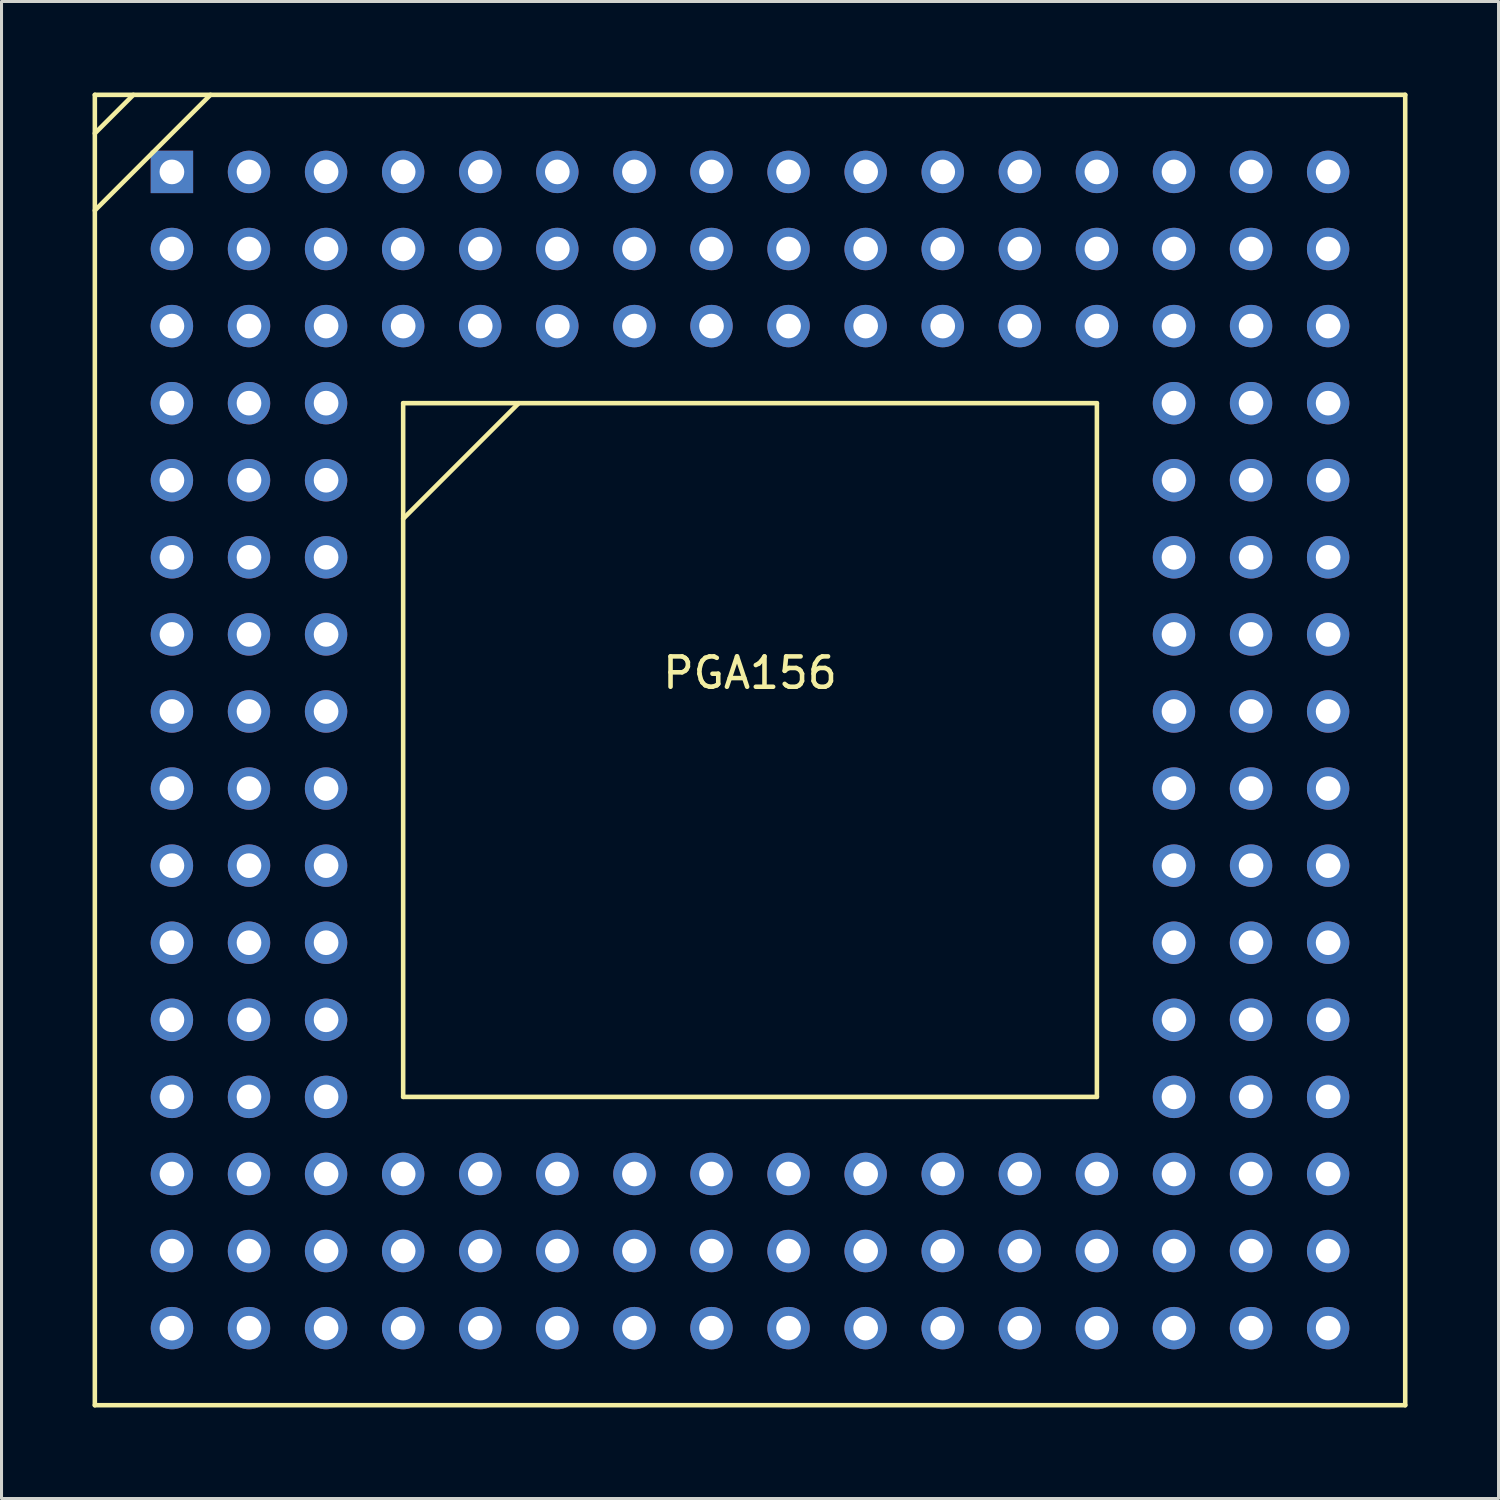
<source format=kicad_pcb>
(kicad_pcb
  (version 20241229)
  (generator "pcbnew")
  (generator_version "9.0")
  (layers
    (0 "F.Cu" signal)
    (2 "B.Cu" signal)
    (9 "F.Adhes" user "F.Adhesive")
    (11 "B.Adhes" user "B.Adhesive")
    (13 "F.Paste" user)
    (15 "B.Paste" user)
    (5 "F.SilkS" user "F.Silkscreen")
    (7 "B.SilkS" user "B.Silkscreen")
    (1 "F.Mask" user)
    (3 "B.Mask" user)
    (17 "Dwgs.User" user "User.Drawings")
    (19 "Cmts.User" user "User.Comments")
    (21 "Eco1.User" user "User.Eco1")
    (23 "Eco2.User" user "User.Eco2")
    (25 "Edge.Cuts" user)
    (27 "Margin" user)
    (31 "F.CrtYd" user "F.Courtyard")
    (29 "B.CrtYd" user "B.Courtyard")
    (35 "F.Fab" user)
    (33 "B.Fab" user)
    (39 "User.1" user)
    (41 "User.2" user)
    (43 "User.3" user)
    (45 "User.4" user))
  (footprint "PGA156"
    (layer "F.Cu")
    (at 21.665 21.665)
    (property "Reference" "PGA156" (at 0 -2.54 0) (layer "F.SilkS") (effects (font (size 1 1) (thickness 0.15))))
    (attr through_hole)
    (fp_line (start -21.59 -21.59) (end 21.59 -21.59) (stroke (width 0.15) (type solid)) (layer "F.SilkS"))
    (fp_line (start -21.59 -20.32) (end -20.32 -21.59) (stroke (width 0.15) (type solid)) (layer "F.SilkS"))
    (fp_line (start -21.59 -17.78) (end -17.78 -21.59) (stroke (width 0.15) (type solid)) (layer "F.SilkS"))
    (fp_line (start -21.59 21.59) (end -21.59 -21.59) (stroke (width 0.15) (type solid)) (layer "F.SilkS"))
    (fp_line (start -11.43 -11.43) (end 11.43 -11.43) (stroke (width 0.15) (type solid)) (layer "F.SilkS"))
    (fp_line (start -11.43 -7.62) (end -7.62 -11.43) (stroke (width 0.15) (type solid)) (layer "F.SilkS"))
    (fp_line (start -11.43 11.43) (end -11.43 -11.43) (stroke (width 0.15) (type solid)) (layer "F.SilkS"))
    (fp_line (start 11.43 -11.43) (end 11.43 11.43) (stroke (width 0.15) (type solid)) (layer "F.SilkS"))
    (fp_line (start 11.43 11.43) (end -11.43 11.43) (stroke (width 0.15) (type solid)) (layer "F.SilkS"))
    (fp_line (start 21.59 -21.59) (end 21.59 21.59) (stroke (width 0.15) (type solid)) (layer "F.SilkS"))
    (fp_line (start 21.59 21.59) (end -21.59 21.59) (stroke (width 0.15) (type solid)) (layer "F.SilkS"))
    (pad "A1" thru_hole rect (at -19.05 -19.05) (size 1.397 1.397) (drill 0.813) (layers "*.Cu" "*.Mask"))
    (pad "A2" thru_hole circle (at -16.51 -19.05) (size 1.397 1.397) (drill 0.813) (layers "*.Cu" "*.Mask"))
    (pad "A3" thru_hole circle (at -13.97 -19.05) (size 1.397 1.397) (drill 0.813) (layers "*.Cu" "*.Mask"))
    (pad "A4" thru_hole circle (at -11.43 -19.05) (size 1.397 1.397) (drill 0.813) (layers "*.Cu" "*.Mask"))
    (pad "A5" thru_hole circle (at -8.89 -19.05) (size 1.397 1.397) (drill 0.813) (layers "*.Cu" "*.Mask"))
    (pad "A6" thru_hole circle (at -6.35 -19.05) (size 1.397 1.397) (drill 0.813) (layers "*.Cu" "*.Mask"))
    (pad "A7" thru_hole circle (at -3.81 -19.05) (size 1.397 1.397) (drill 0.813) (layers "*.Cu" "*.Mask"))
    (pad "A8" thru_hole circle (at -1.27 -19.05) (size 1.397 1.397) (drill 0.813) (layers "*.Cu" "*.Mask"))
    (pad "A9" thru_hole circle (at 1.27 -19.05) (size 1.397 1.397) (drill 0.813) (layers "*.Cu" "*.Mask"))
    (pad "A10" thru_hole circle (at 3.81 -19.05) (size 1.397 1.397) (drill 0.813) (layers "*.Cu" "*.Mask"))
    (pad "A11" thru_hole circle (at 6.35 -19.05) (size 1.397 1.397) (drill 0.813) (layers "*.Cu" "*.Mask"))
    (pad "A12" thru_hole circle (at 8.89 -19.05) (size 1.397 1.397) (drill 0.813) (layers "*.Cu" "*.Mask"))
    (pad "A13" thru_hole circle (at 11.43 -19.05) (size 1.397 1.397) (drill 0.813) (layers "*.Cu" "*.Mask"))
    (pad "A14" thru_hole circle (at 13.97 -19.05) (size 1.397 1.397) (drill 0.813) (layers "*.Cu" "*.Mask"))
    (pad "A15" thru_hole circle (at 16.51 -19.05) (size 1.397 1.397) (drill 0.813) (layers "*.Cu" "*.Mask"))
    (pad "A16" thru_hole circle (at 19.05 -19.05) (size 1.397 1.397) (drill 0.813) (layers "*.Cu" "*.Mask"))
    (pad "B1" thru_hole circle (at -19.05 -16.51) (size 1.397 1.397) (drill 0.813) (layers "*.Cu" "*.Mask"))
    (pad "B2" thru_hole circle (at -16.51 -16.51) (size 1.397 1.397) (drill 0.813) (layers "*.Cu" "*.Mask"))
    (pad "B3" thru_hole circle (at -13.97 -16.51) (size 1.397 1.397) (drill 0.813) (layers "*.Cu" "*.Mask"))
    (pad "B4" thru_hole circle (at -11.43 -16.51) (size 1.397 1.397) (drill 0.813) (layers "*.Cu" "*.Mask"))
    (pad "B5" thru_hole circle (at -8.89 -16.51) (size 1.397 1.397) (drill 0.813) (layers "*.Cu" "*.Mask"))
    (pad "B6" thru_hole circle (at -6.35 -16.51) (size 1.397 1.397) (drill 0.813) (layers "*.Cu" "*.Mask"))
    (pad "B7" thru_hole circle (at -3.81 -16.51) (size 1.397 1.397) (drill 0.813) (layers "*.Cu" "*.Mask"))
    (pad "B8" thru_hole circle (at -1.27 -16.51) (size 1.397 1.397) (drill 0.813) (layers "*.Cu" "*.Mask"))
    (pad "B9" thru_hole circle (at 1.27 -16.51) (size 1.397 1.397) (drill 0.813) (layers "*.Cu" "*.Mask"))
    (pad "B10" thru_hole circle (at 3.81 -16.51) (size 1.397 1.397) (drill 0.813) (layers "*.Cu" "*.Mask"))
    (pad "B11" thru_hole circle (at 6.35 -16.51) (size 1.397 1.397) (drill 0.813) (layers "*.Cu" "*.Mask"))
    (pad "B12" thru_hole circle (at 8.89 -16.51) (size 1.397 1.397) (drill 0.813) (layers "*.Cu" "*.Mask"))
    (pad "B13" thru_hole circle (at 11.43 -16.51) (size 1.397 1.397) (drill 0.813) (layers "*.Cu" "*.Mask"))
    (pad "B14" thru_hole circle (at 13.97 -16.51) (size 1.397 1.397) (drill 0.813) (layers "*.Cu" "*.Mask"))
    (pad "B15" thru_hole circle (at 16.51 -16.51) (size 1.397 1.397) (drill 0.813) (layers "*.Cu" "*.Mask"))
    (pad "B16" thru_hole circle (at 19.05 -16.51) (size 1.397 1.397) (drill 0.813) (layers "*.Cu" "*.Mask"))
    (pad "C1" thru_hole circle (at -19.05 -13.97) (size 1.397 1.397) (drill 0.813) (layers "*.Cu" "*.Mask"))
    (pad "C2" thru_hole circle (at -16.51 -13.97) (size 1.397 1.397) (drill 0.813) (layers "*.Cu" "*.Mask"))
    (pad "C3" thru_hole circle (at -13.97 -13.97) (size 1.397 1.397) (drill 0.813) (layers "*.Cu" "*.Mask"))
    (pad "C4" thru_hole circle (at -11.43 -13.97) (size 1.397 1.397) (drill 0.813) (layers "*.Cu" "*.Mask"))
    (pad "C5" thru_hole circle (at -8.89 -13.97) (size 1.397 1.397) (drill 0.813) (layers "*.Cu" "*.Mask"))
    (pad "C6" thru_hole circle (at -6.35 -13.97) (size 1.397 1.397) (drill 0.813) (layers "*.Cu" "*.Mask"))
    (pad "C7" thru_hole circle (at -3.81 -13.97) (size 1.397 1.397) (drill 0.813) (layers "*.Cu" "*.Mask"))
    (pad "C8" thru_hole circle (at -1.27 -13.97) (size 1.397 1.397) (drill 0.813) (layers "*.Cu" "*.Mask"))
    (pad "C9" thru_hole circle (at 1.27 -13.97) (size 1.397 1.397) (drill 0.813) (layers "*.Cu" "*.Mask"))
    (pad "C10" thru_hole circle (at 3.81 -13.97) (size 1.397 1.397) (drill 0.813) (layers "*.Cu" "*.Mask"))
    (pad "C11" thru_hole circle (at 6.35 -13.97) (size 1.397 1.397) (drill 0.813) (layers "*.Cu" "*.Mask"))
    (pad "C12" thru_hole circle (at 8.89 -13.97) (size 1.397 1.397) (drill 0.813) (layers "*.Cu" "*.Mask"))
    (pad "C13" thru_hole circle (at 11.43 -13.97) (size 1.397 1.397) (drill 0.813) (layers "*.Cu" "*.Mask"))
    (pad "C14" thru_hole circle (at 13.97 -13.97) (size 1.397 1.397) (drill 0.813) (layers "*.Cu" "*.Mask"))
    (pad "C15" thru_hole circle (at 16.51 -13.97) (size 1.397 1.397) (drill 0.813) (layers "*.Cu" "*.Mask"))
    (pad "C16" thru_hole circle (at 19.05 -13.97) (size 1.397 1.397) (drill 0.813) (layers "*.Cu" "*.Mask"))
    (pad "D1" thru_hole circle (at -19.05 -11.43) (size 1.397 1.397) (drill 0.813) (layers "*.Cu" "*.Mask"))
    (pad "D2" thru_hole circle (at -16.51 -11.43) (size 1.397 1.397) (drill 0.813) (layers "*.Cu" "*.Mask"))
    (pad "D3" thru_hole circle (at -13.97 -11.43) (size 1.397 1.397) (drill 0.813) (layers "*.Cu" "*.Mask"))
    (pad "D14" thru_hole circle (at 13.97 -11.43) (size 1.397 1.397) (drill 0.813) (layers "*.Cu" "*.Mask"))
    (pad "D15" thru_hole circle (at 16.51 -11.43) (size 1.397 1.397) (drill 0.813) (layers "*.Cu" "*.Mask"))
    (pad "D16" thru_hole circle (at 19.05 -11.43) (size 1.397 1.397) (drill 0.813) (layers "*.Cu" "*.Mask"))
    (pad "E1" thru_hole circle (at -19.05 -8.89) (size 1.397 1.397) (drill 0.813) (layers "*.Cu" "*.Mask"))
    (pad "E2" thru_hole circle (at -16.51 -8.89) (size 1.397 1.397) (drill 0.813) (layers "*.Cu" "*.Mask"))
    (pad "E3" thru_hole circle (at -13.97 -8.89) (size 1.397 1.397) (drill 0.813) (layers "*.Cu" "*.Mask"))
    (pad "E14" thru_hole circle (at 13.97 -8.89) (size 1.397 1.397) (drill 0.813) (layers "*.Cu" "*.Mask"))
    (pad "E15" thru_hole circle (at 16.51 -8.89) (size 1.397 1.397) (drill 0.813) (layers "*.Cu" "*.Mask"))
    (pad "E16" thru_hole circle (at 19.05 -8.89) (size 1.397 1.397) (drill 0.813) (layers "*.Cu" "*.Mask"))
    (pad "F1" thru_hole circle (at -19.05 -6.35) (size 1.397 1.397) (drill 0.813) (layers "*.Cu" "*.Mask"))
    (pad "F2" thru_hole circle (at -16.51 -6.35) (size 1.397 1.397) (drill 0.813) (layers "*.Cu" "*.Mask"))
    (pad "F3" thru_hole circle (at -13.97 -6.35) (size 1.397 1.397) (drill 0.813) (layers "*.Cu" "*.Mask"))
    (pad "F14" thru_hole circle (at 13.97 -6.35) (size 1.397 1.397) (drill 0.813) (layers "*.Cu" "*.Mask"))
    (pad "F15" thru_hole circle (at 16.51 -6.35) (size 1.397 1.397) (drill 0.813) (layers "*.Cu" "*.Mask"))
    (pad "F16" thru_hole circle (at 19.05 -6.35) (size 1.397 1.397) (drill 0.813) (layers "*.Cu" "*.Mask"))
    (pad "G1" thru_hole circle (at -19.05 -3.81) (size 1.397 1.397) (drill 0.813) (layers "*.Cu" "*.Mask"))
    (pad "G2" thru_hole circle (at -16.51 -3.81) (size 1.397 1.397) (drill 0.813) (layers "*.Cu" "*.Mask"))
    (pad "G3" thru_hole circle (at -13.97 -3.81) (size 1.397 1.397) (drill 0.813) (layers "*.Cu" "*.Mask"))
    (pad "G14" thru_hole circle (at 13.97 -3.81) (size 1.397 1.397) (drill 0.813) (layers "*.Cu" "*.Mask"))
    (pad "G15" thru_hole circle (at 16.51 -3.81) (size 1.397 1.397) (drill 0.813) (layers "*.Cu" "*.Mask"))
    (pad "G16" thru_hole circle (at 19.05 -3.81) (size 1.397 1.397) (drill 0.813) (layers "*.Cu" "*.Mask"))
    (pad "H1" thru_hole circle (at -19.05 -1.27) (size 1.397 1.397) (drill 0.813) (layers "*.Cu" "*.Mask"))
    (pad "H2" thru_hole circle (at -16.51 -1.27) (size 1.397 1.397) (drill 0.813) (layers "*.Cu" "*.Mask"))
    (pad "H3" thru_hole circle (at -13.97 -1.27) (size 1.397 1.397) (drill 0.813) (layers "*.Cu" "*.Mask"))
    (pad "H14" thru_hole circle (at 13.97 -1.27) (size 1.397 1.397) (drill 0.813) (layers "*.Cu" "*.Mask"))
    (pad "H15" thru_hole circle (at 16.51 -1.27) (size 1.397 1.397) (drill 0.813) (layers "*.Cu" "*.Mask"))
    (pad "H16" thru_hole circle (at 19.05 -1.27) (size 1.397 1.397) (drill 0.813) (layers "*.Cu" "*.Mask"))
    (pad "J1" thru_hole circle (at -19.05 1.27) (size 1.397 1.397) (drill 0.813) (layers "*.Cu" "*.Mask"))
    (pad "J2" thru_hole circle (at -16.51 1.27) (size 1.397 1.397) (drill 0.813) (layers "*.Cu" "*.Mask"))
    (pad "J3" thru_hole circle (at -13.97 1.27) (size 1.397 1.397) (drill 0.813) (layers "*.Cu" "*.Mask"))
    (pad "J14" thru_hole circle (at 13.97 1.27) (size 1.397 1.397) (drill 0.813) (layers "*.Cu" "*.Mask"))
    (pad "J15" thru_hole circle (at 16.51 1.27) (size 1.397 1.397) (drill 0.813) (layers "*.Cu" "*.Mask"))
    (pad "J16" thru_hole circle (at 19.05 1.27) (size 1.397 1.397) (drill 0.813) (layers "*.Cu" "*.Mask"))
    (pad "K1" thru_hole circle (at -19.05 3.81) (size 1.397 1.397) (drill 0.813) (layers "*.Cu" "*.Mask"))
    (pad "K2" thru_hole circle (at -16.51 3.81) (size 1.397 1.397) (drill 0.813) (layers "*.Cu" "*.Mask"))
    (pad "K3" thru_hole circle (at -13.97 3.81) (size 1.397 1.397) (drill 0.813) (layers "*.Cu" "*.Mask"))
    (pad "K14" thru_hole circle (at 13.97 3.81) (size 1.397 1.397) (drill 0.813) (layers "*.Cu" "*.Mask"))
    (pad "K15" thru_hole circle (at 16.51 3.81) (size 1.397 1.397) (drill 0.813) (layers "*.Cu" "*.Mask"))
    (pad "K16" thru_hole circle (at 19.05 3.81) (size 1.397 1.397) (drill 0.813) (layers "*.Cu" "*.Mask"))
    (pad "L1" thru_hole circle (at -19.05 6.35) (size 1.397 1.397) (drill 0.813) (layers "*.Cu" "*.Mask"))
    (pad "L2" thru_hole circle (at -16.51 6.35) (size 1.397 1.397) (drill 0.813) (layers "*.Cu" "*.Mask"))
    (pad "L3" thru_hole circle (at -13.97 6.35) (size 1.397 1.397) (drill 0.813) (layers "*.Cu" "*.Mask"))
    (pad "L14" thru_hole circle (at 13.97 6.35) (size 1.397 1.397) (drill 0.813) (layers "*.Cu" "*.Mask"))
    (pad "L15" thru_hole circle (at 16.51 6.35) (size 1.397 1.397) (drill 0.813) (layers "*.Cu" "*.Mask"))
    (pad "L16" thru_hole circle (at 19.05 6.35) (size 1.397 1.397) (drill 0.813) (layers "*.Cu" "*.Mask"))
    (pad "M1" thru_hole circle (at -19.05 8.89) (size 1.397 1.397) (drill 0.813) (layers "*.Cu" "*.Mask"))
    (pad "M2" thru_hole circle (at -16.51 8.89) (size 1.397 1.397) (drill 0.813) (layers "*.Cu" "*.Mask"))
    (pad "M3" thru_hole circle (at -13.97 8.89) (size 1.397 1.397) (drill 0.813) (layers "*.Cu" "*.Mask"))
    (pad "M14" thru_hole circle (at 13.97 8.89) (size 1.397 1.397) (drill 0.813) (layers "*.Cu" "*.Mask"))
    (pad "M15" thru_hole circle (at 16.51 8.89) (size 1.397 1.397) (drill 0.813) (layers "*.Cu" "*.Mask"))
    (pad "M16" thru_hole circle (at 19.05 8.89) (size 1.397 1.397) (drill 0.813) (layers "*.Cu" "*.Mask"))
    (pad "N1" thru_hole circle (at -19.05 11.43) (size 1.397 1.397) (drill 0.813) (layers "*.Cu" "*.Mask"))
    (pad "N2" thru_hole circle (at -16.51 11.43) (size 1.397 1.397) (drill 0.813) (layers "*.Cu" "*.Mask"))
    (pad "N3" thru_hole circle (at -13.97 11.43) (size 1.397 1.397) (drill 0.813) (layers "*.Cu" "*.Mask"))
    (pad "N14" thru_hole circle (at 13.97 11.43) (size 1.397 1.397) (drill 0.813) (layers "*.Cu" "*.Mask"))
    (pad "N15" thru_hole circle (at 16.51 11.43) (size 1.397 1.397) (drill 0.813) (layers "*.Cu" "*.Mask"))
    (pad "N16" thru_hole circle (at 19.05 11.43) (size 1.397 1.397) (drill 0.813) (layers "*.Cu" "*.Mask"))
    (pad "P1" thru_hole circle (at -19.05 13.97) (size 1.397 1.397) (drill 0.813) (layers "*.Cu" "*.Mask"))
    (pad "P2" thru_hole circle (at -16.51 13.97) (size 1.397 1.397) (drill 0.813) (layers "*.Cu" "*.Mask"))
    (pad "P3" thru_hole circle (at -13.97 13.97) (size 1.397 1.397) (drill 0.813) (layers "*.Cu" "*.Mask"))
    (pad "P4" thru_hole circle (at -11.43 13.97) (size 1.397 1.397) (drill 0.813) (layers "*.Cu" "*.Mask"))
    (pad "P5" thru_hole circle (at -8.89 13.97) (size 1.397 1.397) (drill 0.813) (layers "*.Cu" "*.Mask"))
    (pad "P6" thru_hole circle (at -6.35 13.97) (size 1.397 1.397) (drill 0.813) (layers "*.Cu" "*.Mask"))
    (pad "P7" thru_hole circle (at -3.81 13.97) (size 1.397 1.397) (drill 0.813) (layers "*.Cu" "*.Mask"))
    (pad "P8" thru_hole circle (at -1.27 13.97) (size 1.397 1.397) (drill 0.813) (layers "*.Cu" "*.Mask"))
    (pad "P9" thru_hole circle (at 1.27 13.97) (size 1.397 1.397) (drill 0.813) (layers "*.Cu" "*.Mask"))
    (pad "P10" thru_hole circle (at 3.81 13.97) (size 1.397 1.397) (drill 0.813) (layers "*.Cu" "*.Mask"))
    (pad "P11" thru_hole circle (at 6.35 13.97) (size 1.397 1.397) (drill 0.813) (layers "*.Cu" "*.Mask"))
    (pad "P12" thru_hole circle (at 8.89 13.97) (size 1.397 1.397) (drill 0.813) (layers "*.Cu" "*.Mask"))
    (pad "P13" thru_hole circle (at 11.43 13.97) (size 1.397 1.397) (drill 0.813) (layers "*.Cu" "*.Mask"))
    (pad "P14" thru_hole circle (at 13.97 13.97) (size 1.397 1.397) (drill 0.813) (layers "*.Cu" "*.Mask"))
    (pad "P15" thru_hole circle (at 16.51 13.97) (size 1.397 1.397) (drill 0.813) (layers "*.Cu" "*.Mask"))
    (pad "P16" thru_hole circle (at 19.05 13.97) (size 1.397 1.397) (drill 0.813) (layers "*.Cu" "*.Mask"))
    (pad "R1" thru_hole circle (at -19.05 16.51) (size 1.397 1.397) (drill 0.813) (layers "*.Cu" "*.Mask"))
    (pad "R2" thru_hole circle (at -16.51 16.51) (size 1.397 1.397) (drill 0.813) (layers "*.Cu" "*.Mask"))
    (pad "R3" thru_hole circle (at -13.97 16.51) (size 1.397 1.397) (drill 0.813) (layers "*.Cu" "*.Mask"))
    (pad "R4" thru_hole circle (at -11.43 16.51) (size 1.397 1.397) (drill 0.813) (layers "*.Cu" "*.Mask"))
    (pad "R5" thru_hole circle (at -8.89 16.51) (size 1.397 1.397) (drill 0.813) (layers "*.Cu" "*.Mask"))
    (pad "R6" thru_hole circle (at -6.35 16.51) (size 1.397 1.397) (drill 0.813) (layers "*.Cu" "*.Mask"))
    (pad "R7" thru_hole circle (at -3.81 16.51) (size 1.397 1.397) (drill 0.813) (layers "*.Cu" "*.Mask"))
    (pad "R8" thru_hole circle (at -1.27 16.51) (size 1.397 1.397) (drill 0.813) (layers "*.Cu" "*.Mask"))
    (pad "R9" thru_hole circle (at 1.27 16.51) (size 1.397 1.397) (drill 0.813) (layers "*.Cu" "*.Mask"))
    (pad "R10" thru_hole circle (at 3.81 16.51) (size 1.397 1.397) (drill 0.813) (layers "*.Cu" "*.Mask"))
    (pad "R11" thru_hole circle (at 6.35 16.51) (size 1.397 1.397) (drill 0.813) (layers "*.Cu" "*.Mask"))
    (pad "R12" thru_hole circle (at 8.89 16.51) (size 1.397 1.397) (drill 0.813) (layers "*.Cu" "*.Mask"))
    (pad "R13" thru_hole circle (at 11.43 16.51) (size 1.397 1.397) (drill 0.813) (layers "*.Cu" "*.Mask"))
    (pad "R14" thru_hole circle (at 13.97 16.51) (size 1.397 1.397) (drill 0.813) (layers "*.Cu" "*.Mask"))
    (pad "R15" thru_hole circle (at 16.51 16.51) (size 1.397 1.397) (drill 0.813) (layers "*.Cu" "*.Mask"))
    (pad "R16" thru_hole circle (at 19.05 16.51) (size 1.397 1.397) (drill 0.813) (layers "*.Cu" "*.Mask"))
    (pad "T1" thru_hole circle (at -19.05 19.05) (size 1.397 1.397) (drill 0.813) (layers "*.Cu" "*.Mask"))
    (pad "T2" thru_hole circle (at -16.51 19.05) (size 1.397 1.397) (drill 0.813) (layers "*.Cu" "*.Mask"))
    (pad "T3" thru_hole circle (at -13.97 19.05) (size 1.397 1.397) (drill 0.813) (layers "*.Cu" "*.Mask"))
    (pad "T4" thru_hole circle (at -11.43 19.05) (size 1.397 1.397) (drill 0.813) (layers "*.Cu" "*.Mask"))
    (pad "T5" thru_hole circle (at -8.89 19.05) (size 1.397 1.397) (drill 0.813) (layers "*.Cu" "*.Mask"))
    (pad "T6" thru_hole circle (at -6.35 19.05) (size 1.397 1.397) (drill 0.813) (layers "*.Cu" "*.Mask"))
    (pad "T7" thru_hole circle (at -3.81 19.05) (size 1.397 1.397) (drill 0.813) (layers "*.Cu" "*.Mask"))
    (pad "T8" thru_hole circle (at -1.27 19.05) (size 1.397 1.397) (drill 0.813) (layers "*.Cu" "*.Mask"))
    (pad "T9" thru_hole circle (at 1.27 19.05) (size 1.397 1.397) (drill 0.813) (layers "*.Cu" "*.Mask"))
    (pad "T10" thru_hole circle (at 3.81 19.05) (size 1.397 1.397) (drill 0.813) (layers "*.Cu" "*.Mask"))
    (pad "T11" thru_hole circle (at 6.35 19.05) (size 1.397 1.397) (drill 0.813) (layers "*.Cu" "*.Mask"))
    (pad "T12" thru_hole circle (at 8.89 19.05) (size 1.397 1.397) (drill 0.813) (layers "*.Cu" "*.Mask"))
    (pad "T13" thru_hole circle (at 11.43 19.05) (size 1.397 1.397) (drill 0.813) (layers "*.Cu" "*.Mask"))
    (pad "T14" thru_hole circle (at 13.97 19.05) (size 1.397 1.397) (drill 0.813) (layers "*.Cu" "*.Mask"))
    (pad "T15" thru_hole circle (at 16.51 19.05) (size 1.397 1.397) (drill 0.813) (layers "*.Cu" "*.Mask"))
    (pad "T16" thru_hole circle (at 19.05 19.05) (size 1.397 1.397) (drill 0.813) (layers "*.Cu" "*.Mask")))
  (gr_rect
    (start -3 -3)
    (end 46.33 46.33)
    (stroke (width 0.1) (type default))
    (fill no)
    (layer "Edge.Cuts")))
</source>
